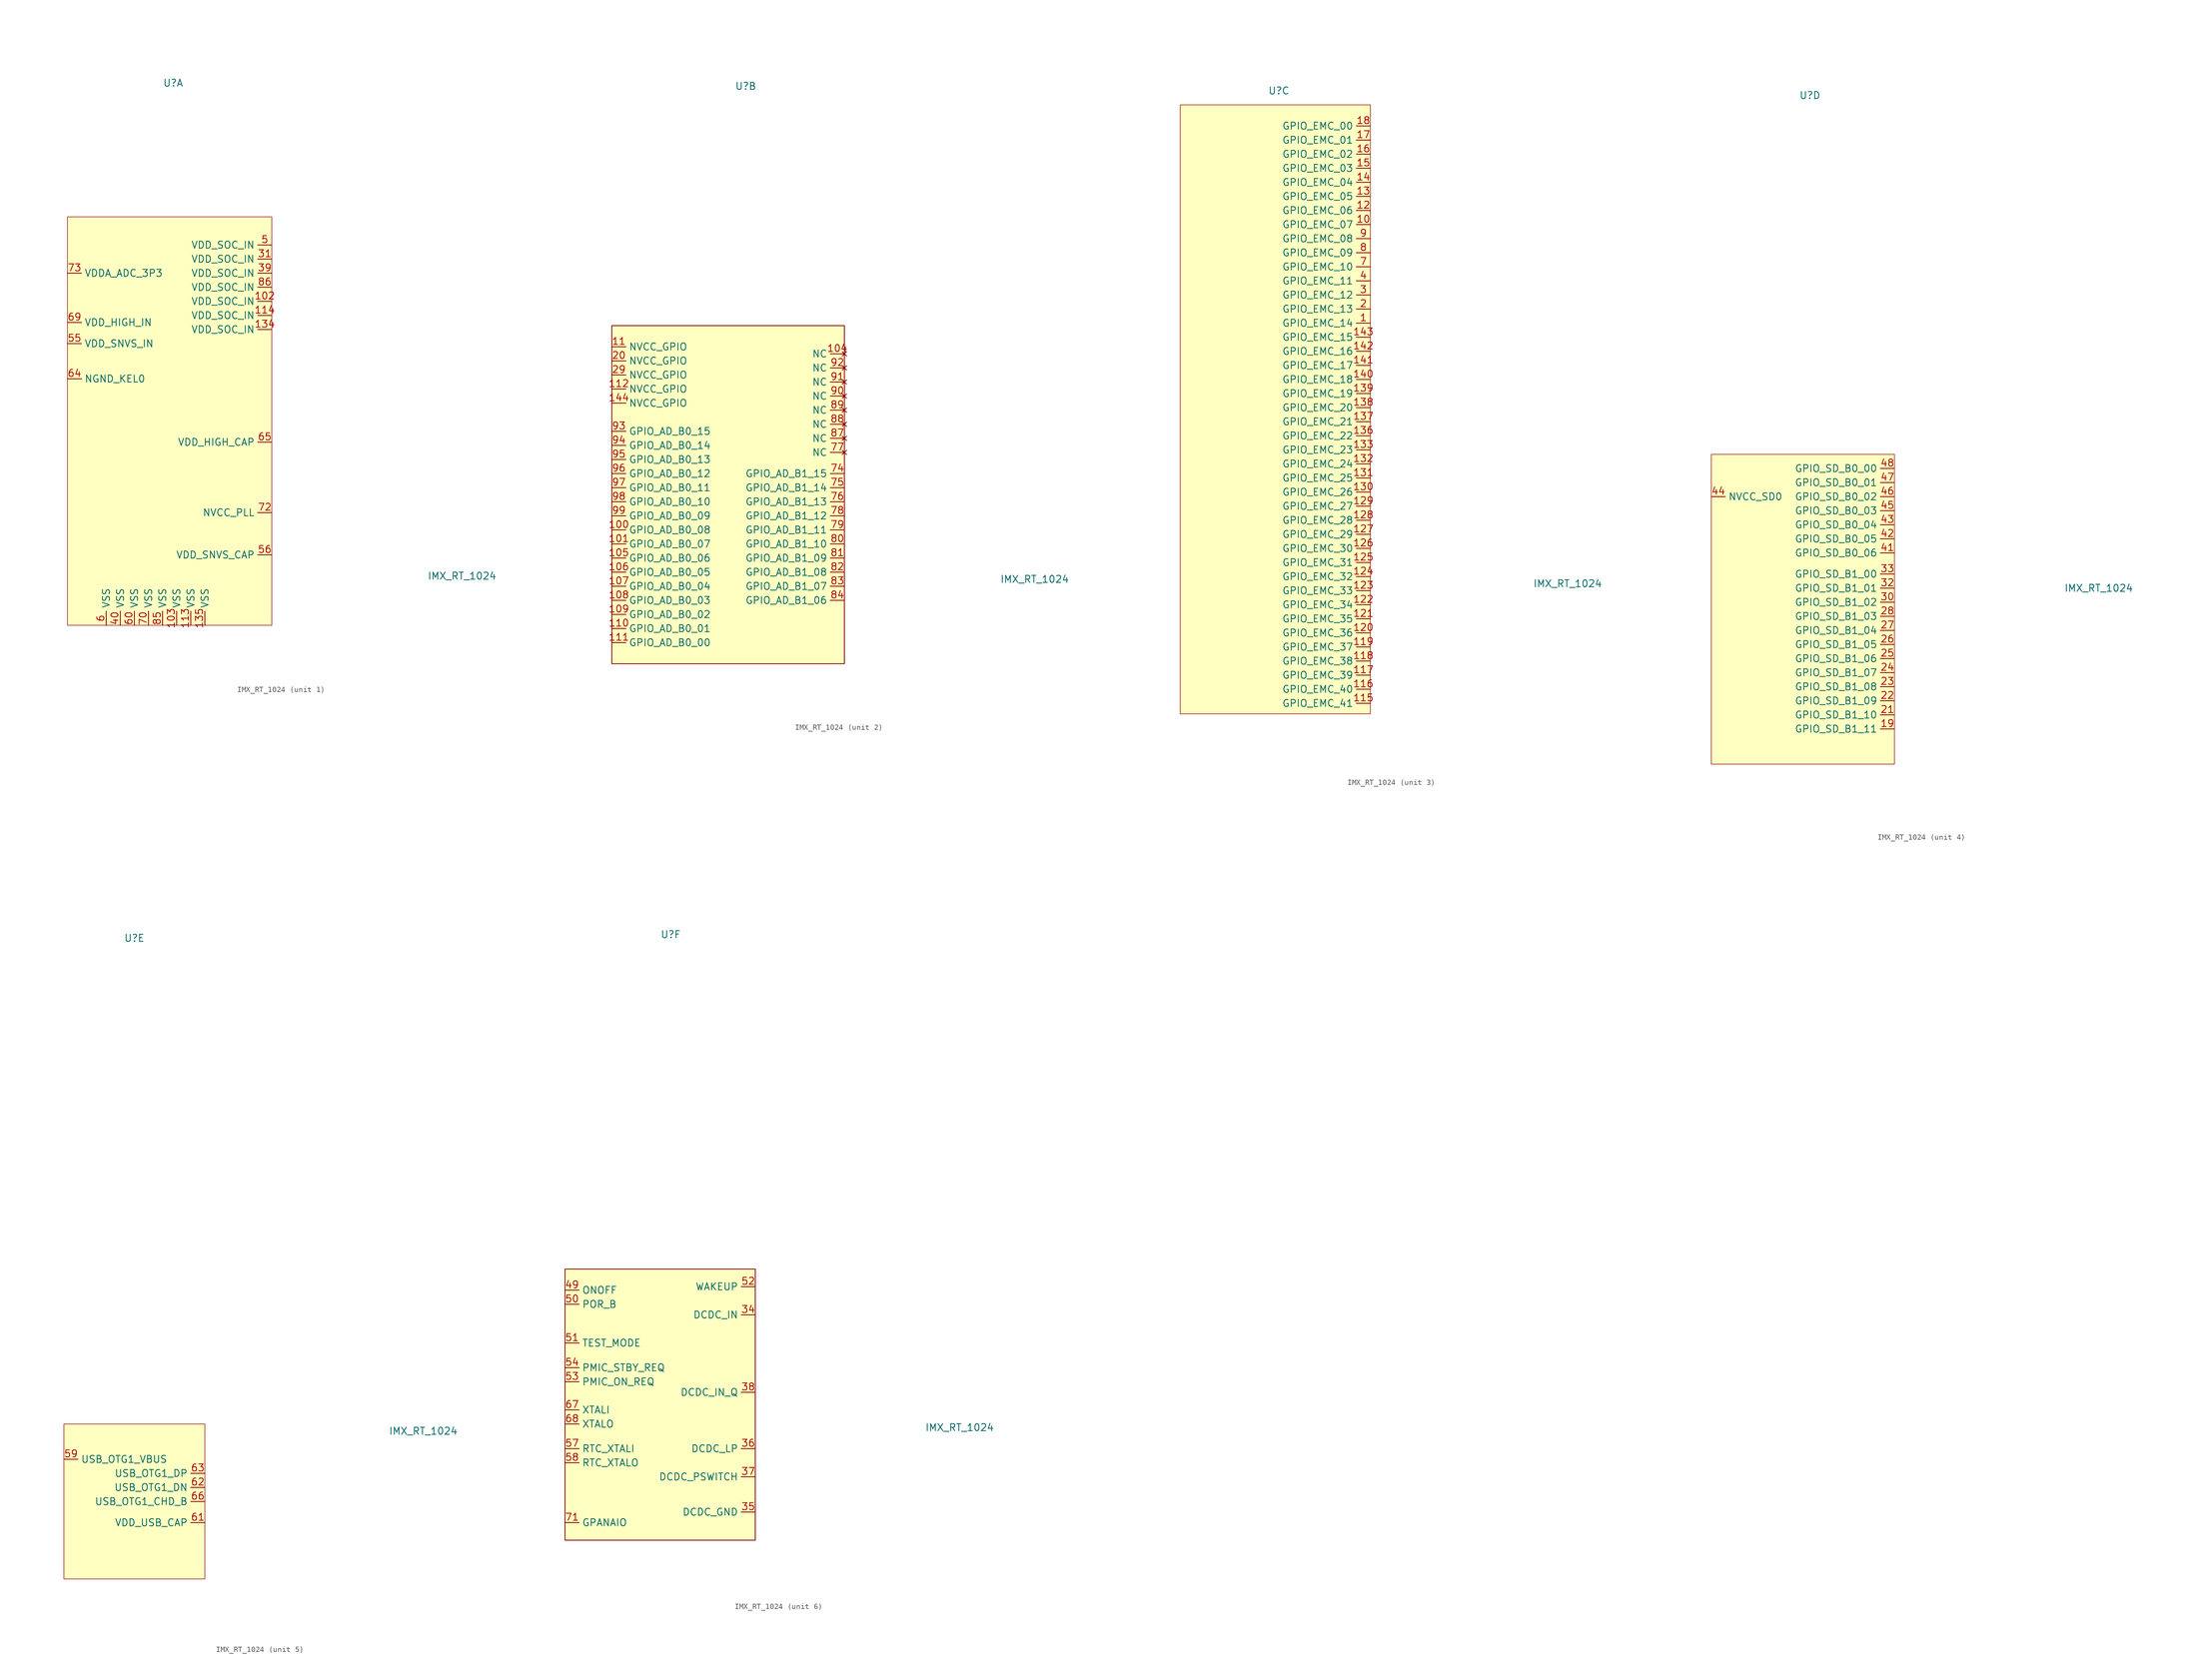
<source format=kicad_sym>
(kicad_symbol_lib
  (version 20211014)
  (generator kicad_symbol_editor)
  (symbol "IMX_RT_1024"
    (property "Reference" "U"
      (at 3.81 118.11 0)
      (effects (font (size 1.27 1.27))))
    (property "Value" "IMX_RT_1024"
      (at 55.88 29.21 0)
      (effects (font (size 1.27 1.27))))
    (property "ki_locked" ""
      (at 0 0 0)
      (effects (font (size 1.27 1.27))))
    (symbol "IMX_RT_1024_1_1"
      (rectangle (start -15.24 93.98) (end 21.59 20.32) (stroke (width 0.1) (type default) (color 0 0 0 0)) (fill (type background)))
      (pin power_in line (at 21.59 78.74 180) (length 2.54) (name "VDD_SOC_IN" (effects (font (size 1.27 1.27)))) (number "102" (effects (font (size 1.27 1.27)))))
      (pin power_in line (at 4.445 20.32 90) (length 2.54) (name "VSS" (effects (font (size 1.27 1.27)))) (number "103" (effects (font (size 1.27 1.27)))))
      (pin power_in line (at 6.985 20.32 90) (length 2.54) (name "VSS" (effects (font (size 1.27 1.27)))) (number "113" (effects (font (size 1.27 1.27)))))
      (pin power_in line (at 21.59 76.2 180) (length 2.54) (name "VDD_SOC_IN" (effects (font (size 1.27 1.27)))) (number "114" (effects (font (size 1.27 1.27)))))
      (pin power_in line (at 21.59 73.66 180) (length 2.54) (name "VDD_SOC_IN" (effects (font (size 1.27 1.27)))) (number "134" (effects (font (size 1.27 1.27)))))
      (pin power_in line (at 9.525 20.32 90) (length 2.54) (name "VSS" (effects (font (size 1.27 1.27)))) (number "135" (effects (font (size 1.27 1.27)))))
      (pin power_in line (at 21.59 86.36 180) (length 2.54) (name "VDD_SOC_IN" (effects (font (size 1.27 1.27)))) (number "31" (effects (font (size 1.27 1.27)))))
      (pin power_in line (at 21.59 83.82 180) (length 2.54) (name "VDD_SOC_IN" (effects (font (size 1.27 1.27)))) (number "39" (effects (font (size 1.27 1.27)))))
      (pin power_in line (at -5.715 20.32 90) (length 2.54) (name "VSS" (effects (font (size 1.27 1.27)))) (number "40" (effects (font (size 1.27 1.27)))))
      (pin power_in line (at 21.59 88.9 180) (length 2.54) (name "VDD_SOC_IN" (effects (font (size 1.27 1.27)))) (number "5" (effects (font (size 1.27 1.27)))))
      (pin power_in line (at -15.24 71.12 0) (length 2.54) (name "VDD_SNVS_IN" (effects (font (size 1.27 1.27)))) (number "55" (effects (font (size 1.27 1.27)))))
      (pin passive line (at 21.59 33.02 180) (length 2.54) (name "VDD_SNVS_CAP" (effects (font (size 1.27 1.27)))) (number "56" (effects (font (size 1.27 1.27)))))
      (pin power_in line (at -8.255 20.32 90) (length 2.54) (name "VSS" (effects (font (size 1.27 1.27)))) (number "6" (effects (font (size 1.27 1.27)))))
      (pin power_in line (at -3.175 20.32 90) (length 2.54) (name "VSS" (effects (font (size 1.27 1.27)))) (number "60" (effects (font (size 1.27 1.27)))))
      (pin power_in line (at -15.24 64.77 0) (length 2.54) (name "NGND_KEL0" (effects (font (size 1.27 1.27)))) (number "64" (effects (font (size 1.27 1.27)))))
      (pin passive line (at 21.59 53.34 180) (length 2.54) (name "VDD_HIGH_CAP" (effects (font (size 1.27 1.27)))) (number "65" (effects (font (size 1.27 1.27)))))
      (pin power_in line (at -15.24 74.93 0) (length 2.54) (name "VDD_HIGH_IN" (effects (font (size 1.27 1.27)))) (number "69" (effects (font (size 1.27 1.27)))))
      (pin power_in line (at -0.635 20.32 90) (length 2.54) (name "VSS" (effects (font (size 1.27 1.27)))) (number "70" (effects (font (size 1.27 1.27)))))
      (pin passive line (at 21.59 40.64 180) (length 2.54) (name "NVCC_PLL" (effects (font (size 1.27 1.27)))) (number "72" (effects (font (size 1.27 1.27)))))
      (pin power_in line (at -15.24 83.82 0) (length 2.54) (name "VDDA_ADC_3P3" (effects (font (size 1.27 1.27)))) (number "73" (effects (font (size 1.27 1.27)))))
      (pin power_in line (at 1.905 20.32 90) (length 2.54) (name "VSS" (effects (font (size 1.27 1.27)))) (number "85" (effects (font (size 1.27 1.27)))))
      (pin power_in line (at 21.59 81.28 180) (length 2.54) (name "VDD_SOC_IN" (effects (font (size 1.27 1.27)))) (number "86" (effects (font (size 1.27 1.27))))))
    (symbol "IMX_RT_1024_2_1"
      (rectangle (start -20.32 74.93) (end 21.59 13.97) (stroke (width 0) (type default) (color 0 0 0 0)) (fill (type background)))
      (pin bidirectional line (at -20.32 38.1 0) (length 2.54) (name "GPIO_AD_B0_08" (effects (font (size 1.27 1.27)))) (number "100" (effects (font (size 1.27 1.27)))))
      (pin bidirectional line (at -20.32 35.56 0) (length 2.54) (name "GPIO_AD_B0_07" (effects (font (size 1.27 1.27)))) (number "101" (effects (font (size 1.27 1.27)))))
      (pin no_connect line (at 21.59 69.85 180) (length 2.54) (name "NC" (effects (font (size 1.27 1.27)))) (number "104" (effects (font (size 1.27 1.27)))))
      (pin bidirectional line (at -20.32 33.02 0) (length 2.54) (name "GPIO_AD_B0_06" (effects (font (size 1.27 1.27)))) (number "105" (effects (font (size 1.27 1.27)))))
      (pin bidirectional line (at -20.32 30.48 0) (length 2.54) (name "GPIO_AD_B0_05" (effects (font (size 1.27 1.27)))) (number "106" (effects (font (size 1.27 1.27)))))
      (pin bidirectional line (at -20.32 27.94 0) (length 2.54) (name "GPIO_AD_B0_04" (effects (font (size 1.27 1.27)))) (number "107" (effects (font (size 1.27 1.27)))))
      (pin bidirectional line (at -20.32 25.4 0) (length 2.54) (name "GPIO_AD_B0_03" (effects (font (size 1.27 1.27)))) (number "108" (effects (font (size 1.27 1.27)))))
      (pin bidirectional line (at -20.32 22.86 0) (length 2.54) (name "GPIO_AD_B0_02" (effects (font (size 1.27 1.27)))) (number "109" (effects (font (size 1.27 1.27)))))
      (pin power_in line (at -20.32 71.12 0) (length 2.54) (name "NVCC_GPIO" (effects (font (size 1.27 1.27)))) (number "11" (effects (font (size 1.27 1.27)))))
      (pin bidirectional line (at -20.32 20.32 0) (length 2.54) (name "GPIO_AD_B0_01" (effects (font (size 1.27 1.27)))) (number "110" (effects (font (size 1.27 1.27)))))
      (pin bidirectional line (at -20.32 17.78 0) (length 2.54) (name "GPIO_AD_B0_00" (effects (font (size 1.27 1.27)))) (number "111" (effects (font (size 1.27 1.27)))))
      (pin power_in line (at -20.32 63.5 0) (length 2.54) (name "NVCC_GPIO" (effects (font (size 1.27 1.27)))) (number "112" (effects (font (size 1.27 1.27)))))
      (pin power_in line (at -20.32 60.96 0) (length 2.54) (name "NVCC_GPIO" (effects (font (size 1.27 1.27)))) (number "144" (effects (font (size 1.27 1.27)))))
      (pin power_in line (at -20.32 68.58 0) (length 2.54) (name "NVCC_GPIO" (effects (font (size 1.27 1.27)))) (number "20" (effects (font (size 1.27 1.27)))))
      (pin power_in line (at -20.32 66.04 0) (length 2.54) (name "NVCC_GPIO" (effects (font (size 1.27 1.27)))) (number "29" (effects (font (size 1.27 1.27)))))
      (pin bidirectional line (at 21.59 48.26 180) (length 2.54) (name "GPIO_AD_B1_15" (effects (font (size 1.27 1.27)))) (number "74" (effects (font (size 1.27 1.27)))))
      (pin bidirectional line (at 21.59 45.72 180) (length 2.54) (name "GPIO_AD_B1_14" (effects (font (size 1.27 1.27)))) (number "75" (effects (font (size 1.27 1.27)))))
      (pin bidirectional line (at 21.59 43.18 180) (length 2.54) (name "GPIO_AD_B1_13" (effects (font (size 1.27 1.27)))) (number "76" (effects (font (size 1.27 1.27)))))
      (pin no_connect line (at 21.59 52.07 180) (length 2.54) (name "NC" (effects (font (size 1.27 1.27)))) (number "77" (effects (font (size 1.27 1.27)))))
      (pin bidirectional line (at 21.59 40.64 180) (length 2.54) (name "GPIO_AD_B1_12" (effects (font (size 1.27 1.27)))) (number "78" (effects (font (size 1.27 1.27)))))
      (pin bidirectional line (at 21.59 38.1 180) (length 2.54) (name "GPIO_AD_B1_11" (effects (font (size 1.27 1.27)))) (number "79" (effects (font (size 1.27 1.27)))))
      (pin bidirectional line (at 21.59 35.56 180) (length 2.54) (name "GPIO_AD_B1_10" (effects (font (size 1.27 1.27)))) (number "80" (effects (font (size 1.27 1.27)))))
      (pin bidirectional line (at 21.59 33.02 180) (length 2.54) (name "GPIO_AD_B1_09" (effects (font (size 1.27 1.27)))) (number "81" (effects (font (size 1.27 1.27)))))
      (pin bidirectional line (at 21.59 30.48 180) (length 2.54) (name "GPIO_AD_B1_08" (effects (font (size 1.27 1.27)))) (number "82" (effects (font (size 1.27 1.27)))))
      (pin bidirectional line (at 21.59 27.94 180) (length 2.54) (name "GPIO_AD_B1_07" (effects (font (size 1.27 1.27)))) (number "83" (effects (font (size 1.27 1.27)))))
      (pin bidirectional line (at 21.59 25.4 180) (length 2.54) (name "GPIO_AD_B1_06" (effects (font (size 1.27 1.27)))) (number "84" (effects (font (size 1.27 1.27)))))
      (pin no_connect line (at 21.59 54.61 180) (length 2.54) (name "NC" (effects (font (size 1.27 1.27)))) (number "87" (effects (font (size 1.27 1.27)))))
      (pin no_connect line (at 21.59 57.15 180) (length 2.54) (name "NC" (effects (font (size 1.27 1.27)))) (number "88" (effects (font (size 1.27 1.27)))))
      (pin no_connect line (at 21.59 59.69 180) (length 2.54) (name "NC" (effects (font (size 1.27 1.27)))) (number "89" (effects (font (size 1.27 1.27)))))
      (pin no_connect line (at 21.59 62.23 180) (length 2.54) (name "NC" (effects (font (size 1.27 1.27)))) (number "90" (effects (font (size 1.27 1.27)))))
      (pin no_connect line (at 21.59 64.77 180) (length 2.54) (name "NC" (effects (font (size 1.27 1.27)))) (number "91" (effects (font (size 1.27 1.27)))))
      (pin no_connect line (at 21.59 67.31 180) (length 2.54) (name "NC" (effects (font (size 1.27 1.27)))) (number "92" (effects (font (size 1.27 1.27)))))
      (pin bidirectional line (at -20.32 55.88 0) (length 2.54) (name "GPIO_AD_B0_15" (effects (font (size 1.27 1.27)))) (number "93" (effects (font (size 1.27 1.27)))))
      (pin bidirectional line (at -20.32 53.34 0) (length 2.54) (name "GPIO_AD_B0_14" (effects (font (size 1.27 1.27)))) (number "94" (effects (font (size 1.27 1.27)))))
      (pin bidirectional line (at -20.32 50.8 0) (length 2.54) (name "GPIO_AD_B0_13" (effects (font (size 1.27 1.27)))) (number "95" (effects (font (size 1.27 1.27)))))
      (pin bidirectional line (at -20.32 48.26 0) (length 2.54) (name "GPIO_AD_B0_12" (effects (font (size 1.27 1.27)))) (number "96" (effects (font (size 1.27 1.27)))))
      (pin bidirectional line (at -20.32 45.72 0) (length 2.54) (name "GPIO_AD_B0_11" (effects (font (size 1.27 1.27)))) (number "97" (effects (font (size 1.27 1.27)))))
      (pin bidirectional line (at -20.32 43.18 0) (length 2.54) (name "GPIO_AD_B0_10" (effects (font (size 1.27 1.27)))) (number "98" (effects (font (size 1.27 1.27)))))
      (pin bidirectional line (at -20.32 40.64 0) (length 2.54) (name "GPIO_AD_B0_09" (effects (font (size 1.27 1.27)))) (number "99" (effects (font (size 1.27 1.27))))))
    (symbol "IMX_RT_1024_3_1"
      (rectangle (start -13.97 115.57) (end 20.32 5.715) (stroke (width 0.1) (type default) (color 0 0 0 0)) (fill (type background)))
      (pin bidirectional line (at 20.32 76.2 180) (length 2.54) (name "GPIO_EMC_14" (effects (font (size 1.27 1.27)))) (number "1" (effects (font (size 1.27 1.27)))))
      (pin bidirectional line (at 20.32 93.98 180) (length 2.54) (name "GPIO_EMC_07" (effects (font (size 1.27 1.27)))) (number "10" (effects (font (size 1.27 1.27)))))
      (pin bidirectional line (at 20.32 7.62 180) (length 2.54) (name "GPIO_EMC_41" (effects (font (size 1.27 1.27)))) (number "115" (effects (font (size 1.27 1.27)))))
      (pin bidirectional line (at 20.32 10.16 180) (length 2.54) (name "GPIO_EMC_40" (effects (font (size 1.27 1.27)))) (number "116" (effects (font (size 1.27 1.27)))))
      (pin bidirectional line (at 20.32 12.7 180) (length 2.54) (name "GPIO_EMC_39" (effects (font (size 1.27 1.27)))) (number "117" (effects (font (size 1.27 1.27)))))
      (pin bidirectional line (at 20.32 15.24 180) (length 2.54) (name "GPIO_EMC_38" (effects (font (size 1.27 1.27)))) (number "118" (effects (font (size 1.27 1.27)))))
      (pin bidirectional line (at 20.32 17.78 180) (length 2.54) (name "GPIO_EMC_37" (effects (font (size 1.27 1.27)))) (number "119" (effects (font (size 1.27 1.27)))))
      (pin bidirectional line (at 20.32 96.52 180) (length 2.54) (name "GPIO_EMC_06" (effects (font (size 1.27 1.27)))) (number "12" (effects (font (size 1.27 1.27)))))
      (pin bidirectional line (at 20.32 20.32 180) (length 2.54) (name "GPIO_EMC_36" (effects (font (size 1.27 1.27)))) (number "120" (effects (font (size 1.27 1.27)))))
      (pin bidirectional line (at 20.32 22.86 180) (length 2.54) (name "GPIO_EMC_35" (effects (font (size 1.27 1.27)))) (number "121" (effects (font (size 1.27 1.27)))))
      (pin bidirectional line (at 20.32 25.4 180) (length 2.54) (name "GPIO_EMC_34" (effects (font (size 1.27 1.27)))) (number "122" (effects (font (size 1.27 1.27)))))
      (pin bidirectional line (at 20.32 27.94 180) (length 2.54) (name "GPIO_EMC_33" (effects (font (size 1.27 1.27)))) (number "123" (effects (font (size 1.27 1.27)))))
      (pin bidirectional line (at 20.32 30.48 180) (length 2.54) (name "GPIO_EMC_32" (effects (font (size 1.27 1.27)))) (number "124" (effects (font (size 1.27 1.27)))))
      (pin bidirectional line (at 20.32 33.02 180) (length 2.54) (name "GPIO_EMC_31" (effects (font (size 1.27 1.27)))) (number "125" (effects (font (size 1.27 1.27)))))
      (pin bidirectional line (at 20.32 35.56 180) (length 2.54) (name "GPIO_EMC_30" (effects (font (size 1.27 1.27)))) (number "126" (effects (font (size 1.27 1.27)))))
      (pin bidirectional line (at 20.32 38.1 180) (length 2.54) (name "GPIO_EMC_29" (effects (font (size 1.27 1.27)))) (number "127" (effects (font (size 1.27 1.27)))))
      (pin bidirectional line (at 20.32 40.64 180) (length 2.54) (name "GPIO_EMC_28" (effects (font (size 1.27 1.27)))) (number "128" (effects (font (size 1.27 1.27)))))
      (pin bidirectional line (at 20.32 43.18 180) (length 2.54) (name "GPIO_EMC_27" (effects (font (size 1.27 1.27)))) (number "129" (effects (font (size 1.27 1.27)))))
      (pin bidirectional line (at 20.32 99.06 180) (length 2.54) (name "GPIO_EMC_05" (effects (font (size 1.27 1.27)))) (number "13" (effects (font (size 1.27 1.27)))))
      (pin bidirectional line (at 20.32 45.72 180) (length 2.54) (name "GPIO_EMC_26" (effects (font (size 1.27 1.27)))) (number "130" (effects (font (size 1.27 1.27)))))
      (pin bidirectional line (at 20.32 48.26 180) (length 2.54) (name "GPIO_EMC_25" (effects (font (size 1.27 1.27)))) (number "131" (effects (font (size 1.27 1.27)))))
      (pin bidirectional line (at 20.32 50.8 180) (length 2.54) (name "GPIO_EMC_24" (effects (font (size 1.27 1.27)))) (number "132" (effects (font (size 1.27 1.27)))))
      (pin bidirectional line (at 20.32 53.34 180) (length 2.54) (name "GPIO_EMC_23" (effects (font (size 1.27 1.27)))) (number "133" (effects (font (size 1.27 1.27)))))
      (pin bidirectional line (at 20.32 55.88 180) (length 2.54) (name "GPIO_EMC_22" (effects (font (size 1.27 1.27)))) (number "136" (effects (font (size 1.27 1.27)))))
      (pin bidirectional line (at 20.32 58.42 180) (length 2.54) (name "GPIO_EMC_21" (effects (font (size 1.27 1.27)))) (number "137" (effects (font (size 1.27 1.27)))))
      (pin bidirectional line (at 20.32 60.96 180) (length 2.54) (name "GPIO_EMC_20" (effects (font (size 1.27 1.27)))) (number "138" (effects (font (size 1.27 1.27)))))
      (pin bidirectional line (at 20.32 63.5 180) (length 2.54) (name "GPIO_EMC_19" (effects (font (size 1.27 1.27)))) (number "139" (effects (font (size 1.27 1.27)))))
      (pin bidirectional line (at 20.32 101.6 180) (length 2.54) (name "GPIO_EMC_04" (effects (font (size 1.27 1.27)))) (number "14" (effects (font (size 1.27 1.27)))))
      (pin bidirectional line (at 20.32 66.04 180) (length 2.54) (name "GPIO_EMC_18" (effects (font (size 1.27 1.27)))) (number "140" (effects (font (size 1.27 1.27)))))
      (pin bidirectional line (at 20.32 68.58 180) (length 2.54) (name "GPIO_EMC_17" (effects (font (size 1.27 1.27)))) (number "141" (effects (font (size 1.27 1.27)))))
      (pin bidirectional line (at 20.32 71.12 180) (length 2.54) (name "GPIO_EMC_16" (effects (font (size 1.27 1.27)))) (number "142" (effects (font (size 1.27 1.27)))))
      (pin bidirectional line (at 20.32 73.66 180) (length 2.54) (name "GPIO_EMC_15" (effects (font (size 1.27 1.27)))) (number "143" (effects (font (size 1.27 1.27)))))
      (pin bidirectional line (at 20.32 104.14 180) (length 2.54) (name "GPIO_EMC_03" (effects (font (size 1.27 1.27)))) (number "15" (effects (font (size 1.27 1.27)))))
      (pin bidirectional line (at 20.32 106.68 180) (length 2.54) (name "GPIO_EMC_02" (effects (font (size 1.27 1.27)))) (number "16" (effects (font (size 1.27 1.27)))))
      (pin bidirectional line (at 20.32 109.22 180) (length 2.54) (name "GPIO_EMC_01" (effects (font (size 1.27 1.27)))) (number "17" (effects (font (size 1.27 1.27)))))
      (pin bidirectional line (at 20.32 111.76 180) (length 2.54) (name "GPIO_EMC_00" (effects (font (size 1.27 1.27)))) (number "18" (effects (font (size 1.27 1.27)))))
      (pin bidirectional line (at 20.32 78.74 180) (length 2.54) (name "GPIO_EMC_13" (effects (font (size 1.27 1.27)))) (number "2" (effects (font (size 1.27 1.27)))))
      (pin bidirectional line (at 20.32 81.28 180) (length 2.54) (name "GPIO_EMC_12" (effects (font (size 1.27 1.27)))) (number "3" (effects (font (size 1.27 1.27)))))
      (pin bidirectional line (at 20.32 83.82 180) (length 2.54) (name "GPIO_EMC_11" (effects (font (size 1.27 1.27)))) (number "4" (effects (font (size 1.27 1.27)))))
      (pin bidirectional line (at 20.32 86.36 180) (length 2.54) (name "GPIO_EMC_10" (effects (font (size 1.27 1.27)))) (number "7" (effects (font (size 1.27 1.27)))))
      (pin bidirectional line (at 20.32 88.9 180) (length 2.54) (name "GPIO_EMC_09" (effects (font (size 1.27 1.27)))) (number "8" (effects (font (size 1.27 1.27)))))
      (pin bidirectional line (at 20.32 91.44 180) (length 2.54) (name "GPIO_EMC_08" (effects (font (size 1.27 1.27)))) (number "9" (effects (font (size 1.27 1.27))))))
    (symbol "IMX_RT_1024_4_1"
      (rectangle (start -13.97 53.34) (end 19.05 -2.54) (stroke (width 0.1) (type default) (color 0 0 0 0)) (fill (type background)))
      (pin bidirectional line (at 19.05 3.81 180) (length 2.54) (name "GPIO_SD_B1_11" (effects (font (size 1.27 1.27)))) (number "19" (effects (font (size 1.27 1.27)))))
      (pin bidirectional line (at 19.05 6.35 180) (length 2.54) (name "GPIO_SD_B1_10" (effects (font (size 1.27 1.27)))) (number "21" (effects (font (size 1.27 1.27)))))
      (pin bidirectional line (at 19.05 8.89 180) (length 2.54) (name "GPIO_SD_B1_09" (effects (font (size 1.27 1.27)))) (number "22" (effects (font (size 1.27 1.27)))))
      (pin bidirectional line (at 19.05 11.43 180) (length 2.54) (name "GPIO_SD_B1_08" (effects (font (size 1.27 1.27)))) (number "23" (effects (font (size 1.27 1.27)))))
      (pin bidirectional line (at 19.05 13.97 180) (length 2.54) (name "GPIO_SD_B1_07" (effects (font (size 1.27 1.27)))) (number "24" (effects (font (size 1.27 1.27)))))
      (pin bidirectional line (at 19.05 16.51 180) (length 2.54) (name "GPIO_SD_B1_06" (effects (font (size 1.27 1.27)))) (number "25" (effects (font (size 1.27 1.27)))))
      (pin bidirectional line (at 19.05 19.05 180) (length 2.54) (name "GPIO_SD_B1_05" (effects (font (size 1.27 1.27)))) (number "26" (effects (font (size 1.27 1.27)))))
      (pin bidirectional line (at 19.05 21.59 180) (length 2.54) (name "GPIO_SD_B1_04" (effects (font (size 1.27 1.27)))) (number "27" (effects (font (size 1.27 1.27)))))
      (pin bidirectional line (at 19.05 24.13 180) (length 2.54) (name "GPIO_SD_B1_03" (effects (font (size 1.27 1.27)))) (number "28" (effects (font (size 1.27 1.27)))))
      (pin bidirectional line (at 19.05 26.67 180) (length 2.54) (name "GPIO_SD_B1_02" (effects (font (size 1.27 1.27)))) (number "30" (effects (font (size 1.27 1.27)))))
      (pin bidirectional line (at 19.05 29.21 180) (length 2.54) (name "GPIO_SD_B1_01" (effects (font (size 1.27 1.27)))) (number "32" (effects (font (size 1.27 1.27)))))
      (pin bidirectional line (at 19.05 31.75 180) (length 2.54) (name "GPIO_SD_B1_00" (effects (font (size 1.27 1.27)))) (number "33" (effects (font (size 1.27 1.27)))))
      (pin bidirectional line (at 19.05 35.56 180) (length 2.54) (name "GPIO_SD_B0_06" (effects (font (size 1.27 1.27)))) (number "41" (effects (font (size 1.27 1.27)))))
      (pin bidirectional line (at 19.05 38.1 180) (length 2.54) (name "GPIO_SD_B0_05" (effects (font (size 1.27 1.27)))) (number "42" (effects (font (size 1.27 1.27)))))
      (pin bidirectional line (at 19.05 40.64 180) (length 2.54) (name "GPIO_SD_B0_04" (effects (font (size 1.27 1.27)))) (number "43" (effects (font (size 1.27 1.27)))))
      (pin power_in line (at -13.97 45.72 0) (length 2.54) (name "NVCC_SD0" (effects (font (size 1.27 1.27)))) (number "44" (effects (font (size 1.27 1.27)))))
      (pin bidirectional line (at 19.05 43.18 180) (length 2.54) (name "GPIO_SD_B0_03" (effects (font (size 1.27 1.27)))) (number "45" (effects (font (size 1.27 1.27)))))
      (pin bidirectional line (at 19.05 45.72 180) (length 2.54) (name "GPIO_SD_B0_02" (effects (font (size 1.27 1.27)))) (number "46" (effects (font (size 1.27 1.27)))))
      (pin bidirectional line (at 19.05 48.26 180) (length 2.54) (name "GPIO_SD_B0_01" (effects (font (size 1.27 1.27)))) (number "47" (effects (font (size 1.27 1.27)))))
      (pin bidirectional line (at 19.05 50.8 180) (length 2.54) (name "GPIO_SD_B0_00" (effects (font (size 1.27 1.27)))) (number "48" (effects (font (size 1.27 1.27))))))
    (symbol "IMX_RT_1024_5_1"
      (rectangle (start -8.89 30.48) (end 16.51 2.54) (stroke (width 0.1) (type default) (color 0 0 0 0)) (fill (type background)))
      (pin bidirectional line (at -8.89 24.13 0) (length 2.54) (name "USB_OTG1_VBUS" (effects (font (size 1.27 1.27)))) (number "59" (effects (font (size 1.27 1.27)))))
      (pin passive line (at 16.51 12.7 180) (length 2.54) (name "VDD_USB_CAP" (effects (font (size 1.27 1.27)))) (number "61" (effects (font (size 1.27 1.27)))))
      (pin bidirectional line (at 16.51 19.05 180) (length 2.54) (name "USB_OTG1_DN" (effects (font (size 1.27 1.27)))) (number "62" (effects (font (size 1.27 1.27)))))
      (pin bidirectional line (at 16.51 21.59 180) (length 2.54) (name "USB_OTG1_DP" (effects (font (size 1.27 1.27)))) (number "63" (effects (font (size 1.27 1.27)))))
      (pin bidirectional line (at 16.51 16.51 180) (length 2.54) (name "USB_OTG1_CHD_B" (effects (font (size 1.27 1.27)))) (number "66" (effects (font (size 1.27 1.27))))))
    (symbol "IMX_RT_1024_6_1"
      (rectangle (start -15.24 57.785) (end 19.05 8.89) (stroke (width 0) (type default) (color 0 0 0 0)) (fill (type background)))
      (pin power_in line (at 19.05 49.53 180) (length 2.54) (name "DCDC_IN" (effects (font (size 1.27 1.27)))) (number "34" (effects (font (size 1.27 1.27)))))
      (pin power_in line (at 19.05 13.97 180) (length 2.54) (name "DCDC_GND" (effects (font (size 1.27 1.27)))) (number "35" (effects (font (size 1.27 1.27)))))
      (pin power_out line (at 19.05 25.4 180) (length 2.54) (name "DCDC_LP" (effects (font (size 1.27 1.27)))) (number "36" (effects (font (size 1.27 1.27)))))
      (pin passive line (at 19.05 20.32 180) (length 2.54) (name "DCDC_PSWITCH" (effects (font (size 1.27 1.27)))) (number "37" (effects (font (size 1.27 1.27)))))
      (pin power_in line (at 19.05 35.56 180) (length 2.54) (name "DCDC_IN_Q" (effects (font (size 1.27 1.27)))) (number "38" (effects (font (size 1.27 1.27)))))
      (pin bidirectional line (at -15.24 53.975 0) (length 2.54) (name "ONOFF" (effects (font (size 1.27 1.27)))) (number "49" (effects (font (size 1.27 1.27)))))
      (pin input line (at -15.24 51.435 0) (length 2.54) (name "POR_B" (effects (font (size 1.27 1.27)))) (number "50" (effects (font (size 1.27 1.27)))))
      (pin bidirectional line (at -15.24 44.45 0) (length 2.54) (name "TEST_MODE" (effects (font (size 1.27 1.27)))) (number "51" (effects (font (size 1.27 1.27)))))
      (pin bidirectional line (at 19.05 54.61 180) (length 2.54) (name "WAKEUP" (effects (font (size 1.27 1.27)))) (number "52" (effects (font (size 1.27 1.27)))))
      (pin bidirectional line (at -15.24 37.465 0) (length 2.54) (name "PMIC_ON_REQ" (effects (font (size 1.27 1.27)))) (number "53" (effects (font (size 1.27 1.27)))))
      (pin bidirectional line (at -15.24 40.005 0) (length 2.54) (name "PMIC_STBY_REQ" (effects (font (size 1.27 1.27)))) (number "54" (effects (font (size 1.27 1.27)))))
      (pin bidirectional line (at -15.24 25.4 0) (length 2.54) (name "RTC_XTALI" (effects (font (size 1.27 1.27)))) (number "57" (effects (font (size 1.27 1.27)))))
      (pin bidirectional line (at -15.24 22.86 0) (length 2.54) (name "RTC_XTALO" (effects (font (size 1.27 1.27)))) (number "58" (effects (font (size 1.27 1.27)))))
      (pin bidirectional line (at -15.24 32.385 0) (length 2.54) (name "XTALI" (effects (font (size 1.27 1.27)))) (number "67" (effects (font (size 1.27 1.27)))))
      (pin bidirectional line (at -15.24 29.845 0) (length 2.54) (name "XTALO" (effects (font (size 1.27 1.27)))) (number "68" (effects (font (size 1.27 1.27)))))
      (pin power_in line (at -15.24 12.065 0) (length 2.54) (name "GPANAIO" (effects (font (size 1.27 1.27)))) (number "71" (effects (font (size 1.27 1.27))))))))
</source>
